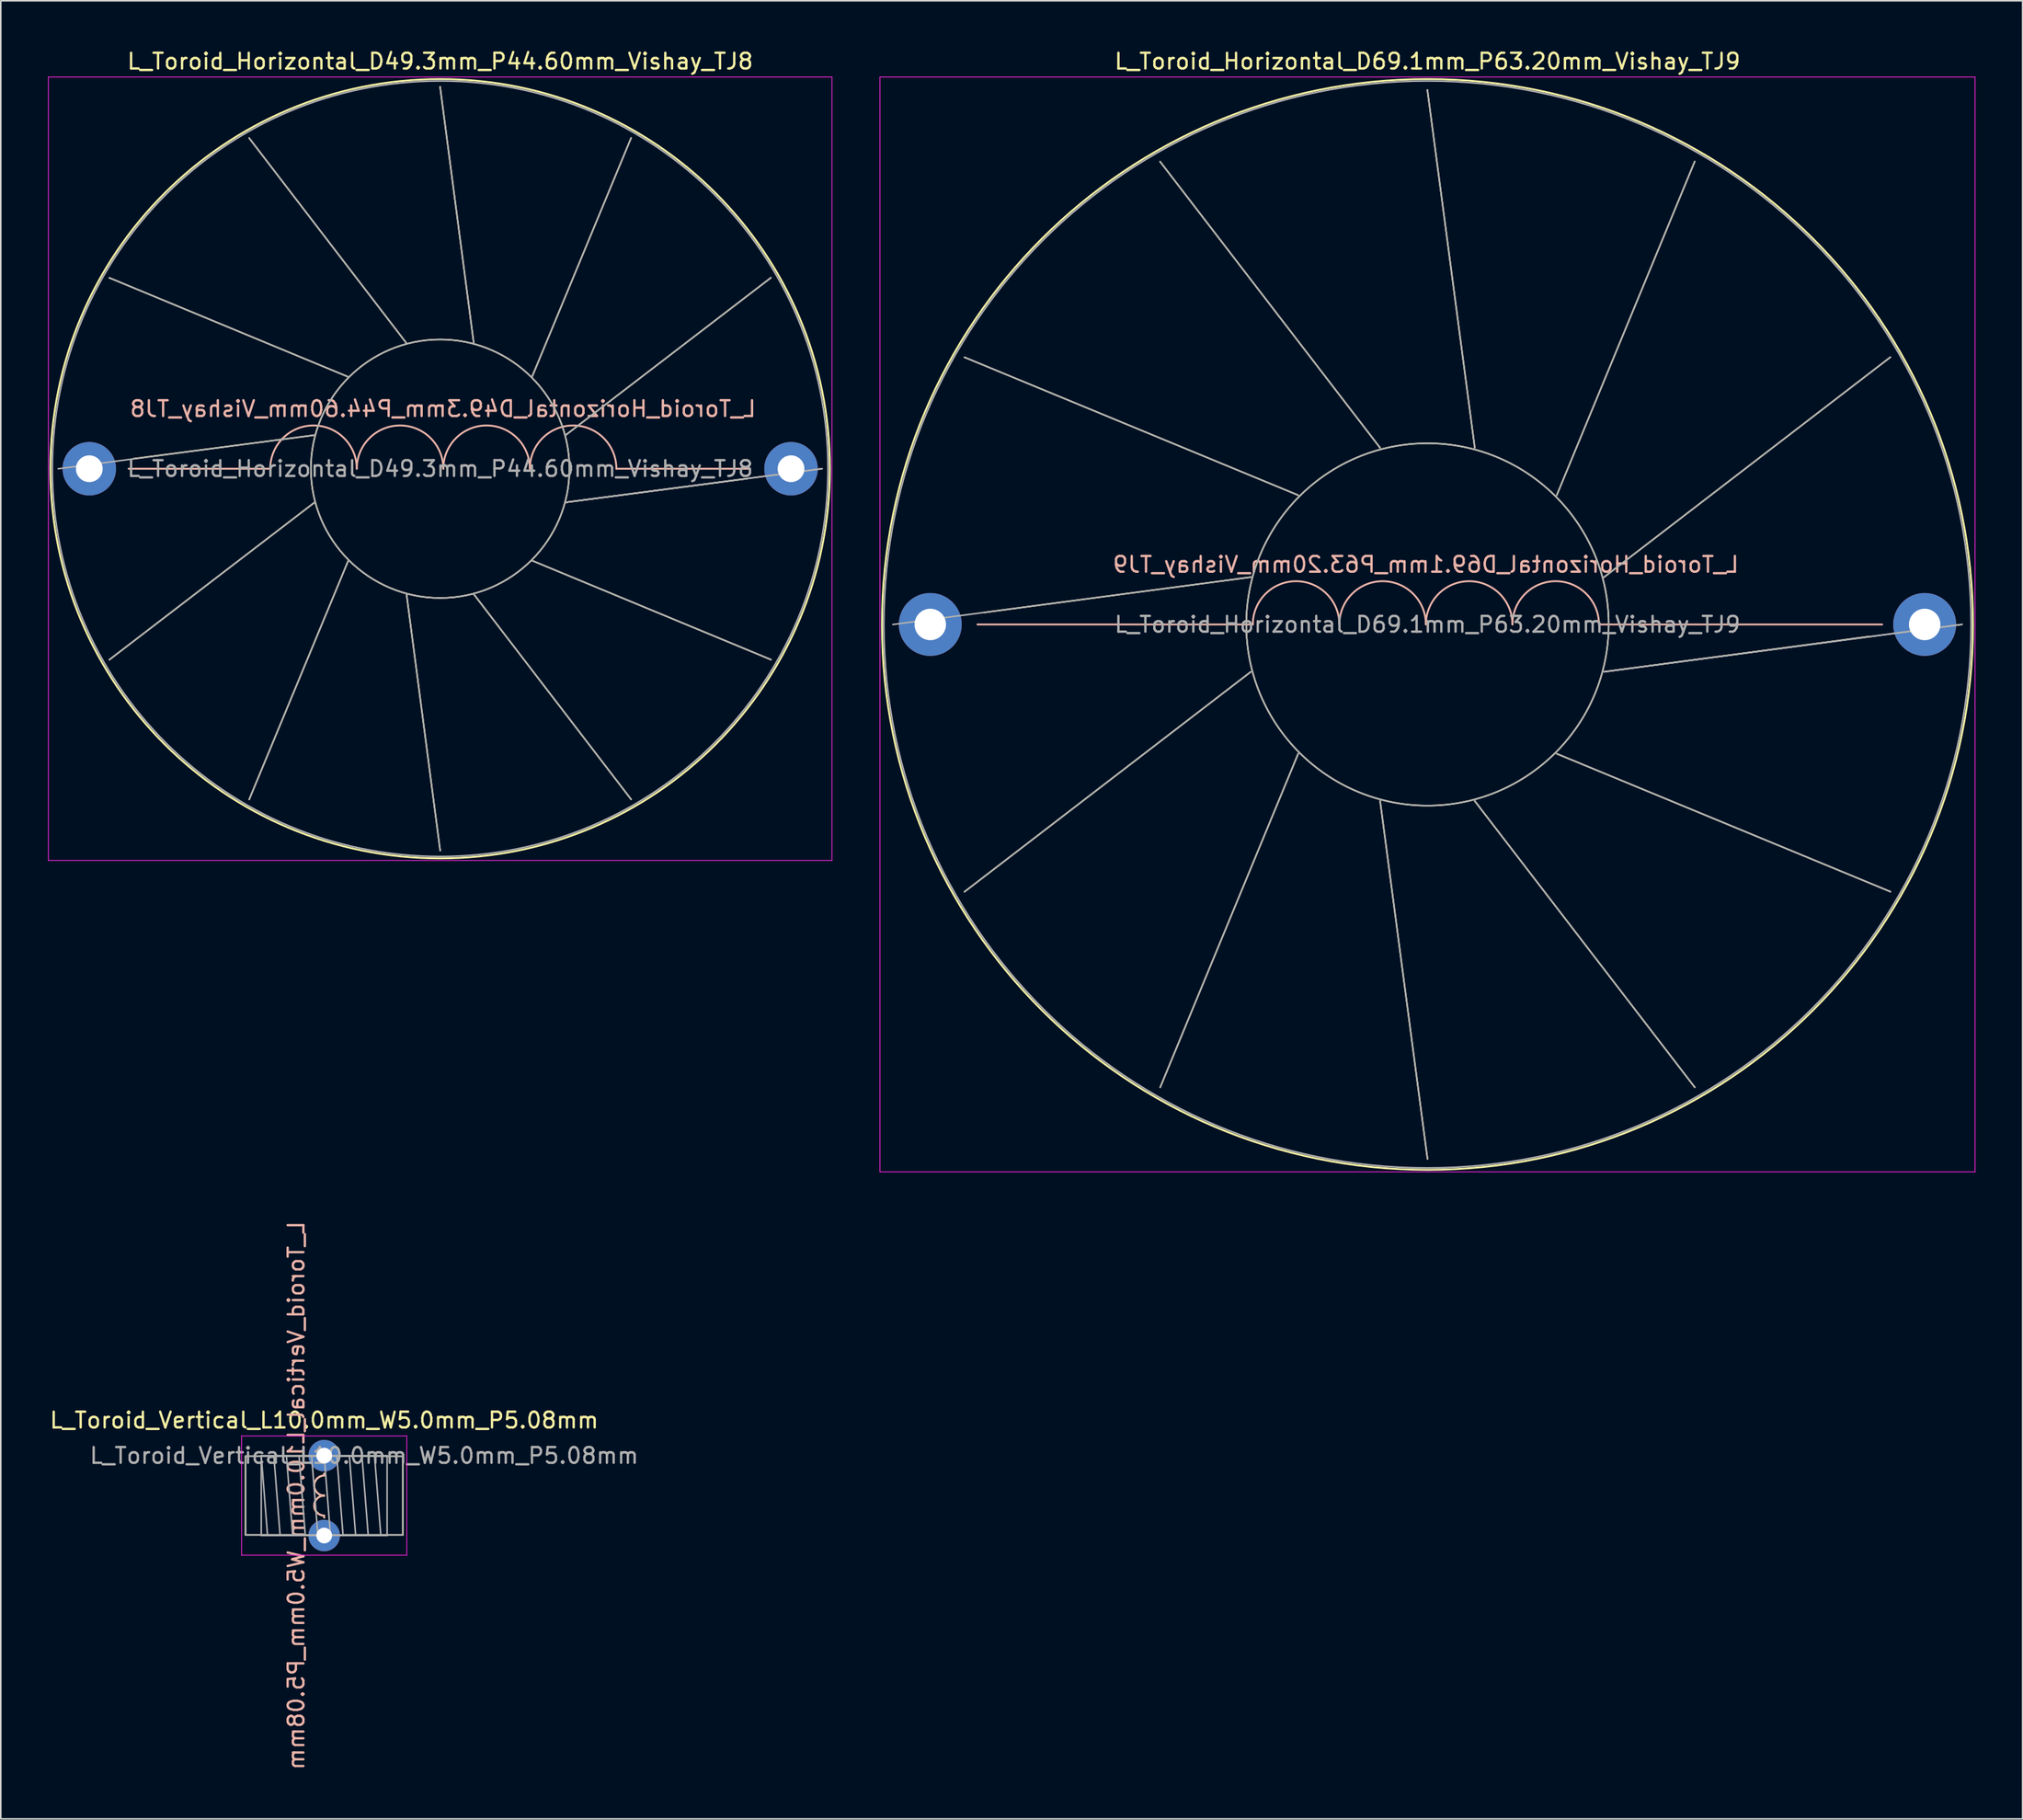
<source format=kicad_pcb>
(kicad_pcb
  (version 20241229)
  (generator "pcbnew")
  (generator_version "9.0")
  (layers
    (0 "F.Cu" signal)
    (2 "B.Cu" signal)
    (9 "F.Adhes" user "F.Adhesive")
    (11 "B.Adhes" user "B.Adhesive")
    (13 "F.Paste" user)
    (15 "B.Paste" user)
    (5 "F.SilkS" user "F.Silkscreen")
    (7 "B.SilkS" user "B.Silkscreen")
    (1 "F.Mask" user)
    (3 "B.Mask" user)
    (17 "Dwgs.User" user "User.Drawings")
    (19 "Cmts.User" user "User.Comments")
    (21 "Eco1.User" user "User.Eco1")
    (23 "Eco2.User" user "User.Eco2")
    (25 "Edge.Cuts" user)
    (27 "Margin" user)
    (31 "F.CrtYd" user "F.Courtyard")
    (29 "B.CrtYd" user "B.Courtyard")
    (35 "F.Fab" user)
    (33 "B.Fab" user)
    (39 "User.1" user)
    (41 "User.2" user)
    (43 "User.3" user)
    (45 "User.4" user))
  (footprint "L_Toroid_Horizontal_D49.3mm_P44.60mm_Vishay_TJ8"
    (layer "F.Cu")
    (at 2.625 26.748)
    (property "Reference" "L_Toroid_Horizontal_D49.3mm_P44.60mm_Vishay_TJ8" (at 22.3 -25.9 0) (layer "F.SilkS") (effects (font (size 1 1) (thickness 0.15))))
    (fp_line (start 1.276 -12.135) (end 16.46 -5.839) (stroke (width 0.1) (type solid)) (layer "F.SilkS"))
    (fp_line (start 1.279 12.139) (end 14.323 2.138) (stroke (width 0.1) (type solid)) (layer "F.SilkS"))
    (fp_line (start 2.794 -0.635) (end 14.323 -2.137) (stroke (width 0.1) (type solid)) (layer "F.SilkS"))
    (fp_line (start 10.16 -21.021) (end 20.161 -7.977) (stroke (width 0.1) (type solid)) (layer "F.SilkS"))
    (fp_line (start 10.164 21.023) (end 16.461 5.84) (stroke (width 0.1) (type solid)) (layer "F.SilkS"))
    (fp_line (start 22.297 -24.275) (end 24.436 -7.978) (stroke (width 0.1) (type solid)) (layer "F.SilkS"))
    (fp_line (start 22.301 24.275) (end 20.163 7.977) (stroke (width 0.1) (type solid)) (layer "F.SilkS"))
    (fp_line (start 34.434 -21.024) (end 28.139 -5.841) (stroke (width 0.1) (type solid)) (layer "F.SilkS"))
    (fp_line (start 34.438 21.022) (end 24.438 7.977) (stroke (width 0.1) (type solid)) (layer "F.SilkS"))
    (fp_line (start 41.783 0.635) (end 30.277 2.137) (stroke (width 0.1) (type solid)) (layer "F.SilkS"))
    (fp_line (start 43.32 -12.141) (end 30.277 -2.139) (stroke (width 0.1) (type solid)) (layer "F.SilkS"))
    (fp_line (start 43.323 12.137) (end 28.14 5.84) (stroke (width 0.1) (type solid)) (layer "F.SilkS"))
    (fp_circle (center 22.3 0) (end 30.517 0) (stroke (width 0.1) (type solid)) (fill no) (layer "F.SilkS"))
    (fp_circle (center 22.3 0) (end 47.07 0) (stroke (width 0.12) (type solid)) (fill no) (layer "F.SilkS"))
    (fp_line (start 11.5 0) (end 2.5 0) (stroke (width 0.12) (type solid)) (layer "B.SilkS"))
    (fp_line (start 33.5 0) (end 42 0) (stroke (width 0.12) (type solid)) (layer "B.SilkS"))
    (fp_arc (start 11.5 0) (mid 14.25 -2.75) (end 17 0) (stroke (width 0.12) (type solid)) (layer "B.SilkS"))
    (fp_arc (start 17 0) (mid 19.75 -2.75) (end 22.5 0) (stroke (width 0.12) (type solid)) (layer "B.SilkS"))
    (fp_arc (start 22.5 0) (mid 25.25 -2.75) (end 28 0) (stroke (width 0.12) (type solid)) (layer "B.SilkS"))
    (fp_arc (start 28 0) (mid 30.75 -2.75) (end 33.5 0) (stroke (width 0.12) (type solid)) (layer "B.SilkS"))
    (fp_line (start -2.6 -24.9) (end -2.6 24.9) (stroke (width 0.05) (type solid)) (layer "F.CrtYd"))
    (fp_line (start -2.6 24.9) (end 47.2 24.9) (stroke (width 0.05) (type solid)) (layer "F.CrtYd"))
    (fp_line (start 47.2 -24.9) (end -2.6 -24.9) (stroke (width 0.05) (type solid)) (layer "F.CrtYd"))
    (fp_line (start 47.2 24.9) (end 47.2 -24.9) (stroke (width 0.05) (type solid)) (layer "F.CrtYd"))
    (fp_line (start -1.975 0.002) (end 14.323 -2.137) (stroke (width 0.1) (type solid)) (layer "F.Fab"))
    (fp_line (start 1.276 -12.135) (end 16.46 -5.839) (stroke (width 0.1) (type solid)) (layer "F.Fab"))
    (fp_line (start 1.279 12.139) (end 14.323 2.138) (stroke (width 0.1) (type solid)) (layer "F.Fab"))
    (fp_line (start 10.16 -21.021) (end 20.161 -7.977) (stroke (width 0.1) (type solid)) (layer "F.Fab"))
    (fp_line (start 10.164 21.023) (end 16.461 5.84) (stroke (width 0.1) (type solid)) (layer "F.Fab"))
    (fp_line (start 22.297 -24.275) (end 24.436 -7.978) (stroke (width 0.1) (type solid)) (layer "F.Fab"))
    (fp_line (start 22.301 24.275) (end 20.163 7.977) (stroke (width 0.1) (type solid)) (layer "F.Fab"))
    (fp_line (start 34.434 -21.024) (end 28.139 -5.841) (stroke (width 0.1) (type solid)) (layer "F.Fab"))
    (fp_line (start 34.438 21.022) (end 24.438 7.977) (stroke (width 0.1) (type solid)) (layer "F.Fab"))
    (fp_line (start 43.32 -12.141) (end 30.277 -2.139) (stroke (width 0.1) (type solid)) (layer "F.Fab"))
    (fp_line (start 43.323 12.137) (end 28.14 5.84) (stroke (width 0.1) (type solid)) (layer "F.Fab"))
    (fp_line (start 46.575 -0.004) (end 30.278 2.136) (stroke (width 0.1) (type solid)) (layer "F.Fab"))
    (fp_line (start 46.575 0) (end 30.277 2.137) (stroke (width 0.1) (type solid)) (layer "F.Fab"))
    (fp_circle (center 22.3 0) (end 30.517 0) (stroke (width 0.1) (type solid)) (fill no) (layer "F.Fab"))
    (fp_circle (center 22.3 0) (end 46.95 0) (stroke (width 0.1) (type solid)) (fill no) (layer "F.Fab"))
    (fp_text user "${REFERENCE}" (at 22.479 -3.81 0) (layer "B.SilkS") (effects (font (size 1 1) (thickness 0.15)) (justify mirror)))
    (fp_text user "${REFERENCE}" (at 22.3 0 0) (layer "F.Fab") (effects (font (size 1 1) (thickness 0.15))))
    (pad "1" thru_hole circle (at 0 0) (size 3.4 3.4) (drill 1.7) (layers "*.Cu" "*.Mask"))
    (pad "2" thru_hole circle (at 44.6 0) (size 3.4 3.4) (drill 1.7) (layers "*.Cu" "*.Mask")))
  (footprint "L_Toroid_Vertical_L10.0mm_W5.0mm_P5.08mm"
    (layer "F.Cu")
    (at 17.554 89.487)
    (property "Reference" "L_Toroid_Vertical_L10.0mm_W5.0mm_P5.08mm" (at 0 -2.25 0) (layer "F.SilkS") (effects (font (size 1 1) (thickness 0.15))))
    (fp_line (start -5 0.04) (end -5 5.04) (stroke (width 0.1) (type solid)) (layer "F.SilkS"))
    (fp_line (start -5 5.04) (end -1.27 5.04) (stroke (width 0.1) (type solid)) (layer "F.SilkS"))
    (fp_line (start -1.27 0.025) (end -5 0.036) (stroke (width 0.1) (type solid)) (layer "F.SilkS"))
    (fp_line (start 0 1.27) (end 0 1.143) (stroke (width 0.12) (type solid)) (layer "F.SilkS"))
    (fp_line (start 0 3.937) (end 0 3.81) (stroke (width 0.12) (type solid)) (layer "F.SilkS"))
    (fp_line (start 1.27 5.04) (end 5 5.04) (stroke (width 0.1) (type solid)) (layer "F.SilkS"))
    (fp_line (start 5 0.04) (end 1.27 0.025) (stroke (width 0.1) (type solid)) (layer "F.SilkS"))
    (fp_line (start 5 5.04) (end 5 0.04) (stroke (width 0.1) (type solid)) (layer "F.SilkS"))
    (fp_arc (start 0 2.54) (mid -0.635 1.905) (end 0 1.27) (stroke (width 0.12) (type solid)) (layer "F.SilkS"))
    (fp_arc (start 0 3.81) (mid -0.635 3.175) (end 0 2.54) (stroke (width 0.12) (type solid)) (layer "F.SilkS"))
    (fp_line (start 0 1.27) (end 0 1.143) (stroke (width 0.12) (type solid)) (layer "B.SilkS"))
    (fp_line (start 0 3.937) (end 0 3.81) (stroke (width 0.12) (type solid)) (layer "B.SilkS"))
    (fp_arc (start 0 2.54) (mid -0.635 1.905) (end 0 1.27) (stroke (width 0.12) (type solid)) (layer "B.SilkS"))
    (fp_arc (start 0 3.81) (mid -0.635 3.175) (end 0 2.54) (stroke (width 0.12) (type solid)) (layer "B.SilkS"))
    (fp_line (start -5.25 -1.25) (end -5.25 6.33) (stroke (width 0.05) (type solid)) (layer "F.CrtYd"))
    (fp_line (start -5.25 6.33) (end 5.25 6.33) (stroke (width 0.05) (type solid)) (layer "F.CrtYd"))
    (fp_line (start 5.25 -1.25) (end -5.25 -1.25) (stroke (width 0.05) (type solid)) (layer "F.CrtYd"))
    (fp_line (start 5.25 6.33) (end 5.25 -1.25) (stroke (width 0.05) (type solid)) (layer "F.CrtYd"))
    (fp_line (start -5 0.04) (end -5 5.04) (stroke (width 0.1) (type solid)) (layer "F.Fab"))
    (fp_line (start -5 5.04) (end 5 5.04) (stroke (width 0.1) (type solid)) (layer "F.Fab"))
    (fp_line (start -4 0) (end -4 5.08) (stroke (width 0.1) (type solid)) (layer "F.Fab"))
    (fp_line (start -4 0) (end -3.6 5.08) (stroke (width 0.1) (type solid)) (layer "F.Fab"))
    (fp_line (start -4 5.08) (end 4 5.08) (stroke (width 0.1) (type solid)) (layer "F.Fab"))
    (fp_line (start -3.2 0) (end -2.8 5.08) (stroke (width 0.1) (type solid)) (layer "F.Fab"))
    (fp_line (start -2.4 0) (end -2 5.08) (stroke (width 0.1) (type solid)) (layer "F.Fab"))
    (fp_line (start -1.6 0) (end -1.2 5.08) (stroke (width 0.1) (type solid)) (layer "F.Fab"))
    (fp_line (start -0.8 0) (end -0.4 5.08) (stroke (width 0.1) (type solid)) (layer "F.Fab"))
    (fp_line (start 0 0) (end 0.4 5.08) (stroke (width 0.1) (type solid)) (layer "F.Fab"))
    (fp_line (start 0.8 0) (end 1.2 5.08) (stroke (width 0.1) (type solid)) (layer "F.Fab"))
    (fp_line (start 1.6 0) (end 2 5.08) (stroke (width 0.1) (type solid)) (layer "F.Fab"))
    (fp_line (start 2.4 0) (end 2.8 5.08) (stroke (width 0.1) (type solid)) (layer "F.Fab"))
    (fp_line (start 3.2 0) (end 3.6 5.08) (stroke (width 0.1) (type solid)) (layer "F.Fab"))
    (fp_line (start 4 0) (end -4 0) (stroke (width 0.1) (type solid)) (layer "F.Fab"))
    (fp_line (start 4 5.08) (end 4 0) (stroke (width 0.1) (type solid)) (layer "F.Fab"))
    (fp_line (start 5 0.04) (end -5 0.04) (stroke (width 0.1) (type solid)) (layer "F.Fab"))
    (fp_line (start 5 5.04) (end 5 0.04) (stroke (width 0.1) (type solid)) (layer "F.Fab"))
    (fp_text user "${REFERENCE}" (at -1.778 2.54 270) (layer "B.SilkS") (effects (font (size 1 1) (thickness 0.15)) (justify mirror)))
    (fp_text user "${REFERENCE}" (at 2.54 0 0) (layer "F.Fab") (effects (font (size 1 1) (thickness 0.15))))
    (pad "1" thru_hole circle (at 0 0) (size 2 2) (drill 1) (layers "*.Cu" "*.Mask"))
    (pad "2" thru_hole circle (at 0 5.08) (size 2 2) (drill 1) (layers "*.Cu" "*.Mask")))
  (footprint "L_Toroid_Horizontal_D69.1mm_P63.20mm_Vishay_TJ9"
    (layer "F.Cu")
    (at 56.075 36.648)
    (property "Reference" "L_Toroid_Horizontal_D69.1mm_P63.20mm_Vishay_TJ9" (at 31.6 -35.8 0) (layer "F.SilkS") (effects (font (size 1 1) (thickness 0.15))))
    (fp_line (start 2.174 -16.985) (end 23.379 -8.219) (stroke (width 0.1) (type solid)) (layer "F.SilkS"))
    (fp_line (start 2.177 16.991) (end 20.372 3.01) (stroke (width 0.1) (type solid)) (layer "F.SilkS"))
    (fp_line (start 3.429 -0.762) (end 20.371 -3.008) (stroke (width 0.1) (type solid)) (layer "F.SilkS"))
    (fp_line (start 14.608 -29.422) (end 28.59 -11.228) (stroke (width 0.1) (type solid)) (layer "F.SilkS"))
    (fp_line (start 14.614 29.426) (end 23.381 8.22) (stroke (width 0.1) (type solid)) (layer "F.SilkS"))
    (fp_line (start 31.595 -33.977) (end 34.607 -11.229) (stroke (width 0.1) (type solid)) (layer "F.SilkS"))
    (fp_line (start 31.602 33.977) (end 28.592 11.229) (stroke (width 0.1) (type solid)) (layer "F.SilkS"))
    (fp_line (start 48.584 -29.427) (end 39.819 -8.221) (stroke (width 0.1) (type solid)) (layer "F.SilkS"))
    (fp_line (start 48.589 29.424) (end 34.609 11.228) (stroke (width 0.1) (type solid)) (layer "F.SilkS"))
    (fp_line (start 59.69 0.762) (end 42.829 3.009) (stroke (width 0.1) (type solid)) (layer "F.SilkS"))
    (fp_line (start 61.022 -16.993) (end 42.828 -3.011) (stroke (width 0.1) (type solid)) (layer "F.SilkS"))
    (fp_line (start 61.025 16.988) (end 39.82 8.22) (stroke (width 0.1) (type solid)) (layer "F.SilkS"))
    (fp_circle (center 31.6 0) (end 43.117 0) (stroke (width 0.1) (type solid)) (fill no) (layer "F.SilkS"))
    (fp_circle (center 31.6 0) (end 66.27 0) (stroke (width 0.12) (type solid)) (fill no) (layer "F.SilkS"))
    (fp_line (start 20.5 0) (end 3 0) (stroke (width 0.12) (type solid)) (layer "B.SilkS"))
    (fp_line (start 42.5 0) (end 60.5 0) (stroke (width 0.12) (type solid)) (layer "B.SilkS"))
    (fp_arc (start 20.5 0) (mid 23.25 -2.75) (end 26 0) (stroke (width 0.12) (type solid)) (layer "B.SilkS"))
    (fp_arc (start 26 0) (mid 28.75 -2.75) (end 31.5 0) (stroke (width 0.12) (type solid)) (layer "B.SilkS"))
    (fp_arc (start 31.5 0) (mid 34.25 -2.75) (end 37 0) (stroke (width 0.12) (type solid)) (layer "B.SilkS"))
    (fp_arc (start 37 0) (mid 39.75 -2.75) (end 42.5 0) (stroke (width 0.12) (type solid)) (layer "B.SilkS"))
    (fp_line (start -3.2 -34.8) (end -3.2 34.8) (stroke (width 0.05) (type solid)) (layer "F.CrtYd"))
    (fp_line (start -3.2 34.8) (end 66.4 34.8) (stroke (width 0.05) (type solid)) (layer "F.CrtYd"))
    (fp_line (start 66.4 -34.8) (end -3.2 -34.8) (stroke (width 0.05) (type solid)) (layer "F.CrtYd"))
    (fp_line (start 66.4 34.8) (end 66.4 -34.8) (stroke (width 0.05) (type solid)) (layer "F.CrtYd"))
    (fp_line (start -2.377 0.003) (end 20.371 -3.008) (stroke (width 0.1) (type solid)) (layer "F.Fab"))
    (fp_line (start 2.174 -16.985) (end 23.379 -8.219) (stroke (width 0.1) (type solid)) (layer "F.Fab"))
    (fp_line (start 2.177 16.991) (end 20.372 3.01) (stroke (width 0.1) (type solid)) (layer "F.Fab"))
    (fp_line (start 14.608 -29.422) (end 28.59 -11.228) (stroke (width 0.1) (type solid)) (layer "F.Fab"))
    (fp_line (start 14.614 29.426) (end 23.381 8.22) (stroke (width 0.1) (type solid)) (layer "F.Fab"))
    (fp_line (start 31.595 -33.977) (end 34.607 -11.229) (stroke (width 0.1) (type solid)) (layer "F.Fab"))
    (fp_line (start 31.602 33.977) (end 28.592 11.229) (stroke (width 0.1) (type solid)) (layer "F.Fab"))
    (fp_line (start 48.584 -29.427) (end 39.819 -8.221) (stroke (width 0.1) (type solid)) (layer "F.Fab"))
    (fp_line (start 48.589 29.424) (end 34.609 11.228) (stroke (width 0.1) (type solid)) (layer "F.Fab"))
    (fp_line (start 61.022 -16.993) (end 42.828 -3.011) (stroke (width 0.1) (type solid)) (layer "F.Fab"))
    (fp_line (start 61.025 16.988) (end 39.82 8.22) (stroke (width 0.1) (type solid)) (layer "F.Fab"))
    (fp_line (start 65.577 -0.006) (end 42.829 3.006) (stroke (width 0.1) (type solid)) (layer "F.Fab"))
    (fp_line (start 65.577 0) (end 42.829 3.009) (stroke (width 0.1) (type solid)) (layer "F.Fab"))
    (fp_circle (center 31.6 0) (end 43.117 0) (stroke (width 0.1) (type solid)) (fill no) (layer "F.Fab"))
    (fp_circle (center 31.6 0) (end 66.15 0) (stroke (width 0.1) (type solid)) (fill no) (layer "F.Fab"))
    (fp_text user "${REFERENCE}" (at 31.496 -3.81 0) (layer "B.SilkS") (effects (font (size 1 1) (thickness 0.15)) (justify mirror)))
    (fp_text user "${REFERENCE}" (at 31.6 0 0) (layer "F.Fab") (effects (font (size 1 1) (thickness 0.15))))
    (pad "1" thru_hole circle (at 0 0) (size 4 4) (drill 2) (layers "*.Cu" "*.Mask"))
    (pad "2" thru_hole circle (at 63.2 0) (size 4 4) (drill 2) (layers "*.Cu" "*.Mask")))
  (gr_rect
    (start -3 -3)
    (end 125.5 112.58)
    (stroke (width 0.1) (type default))
    (fill no)
    (layer "Edge.Cuts")))
</source>
